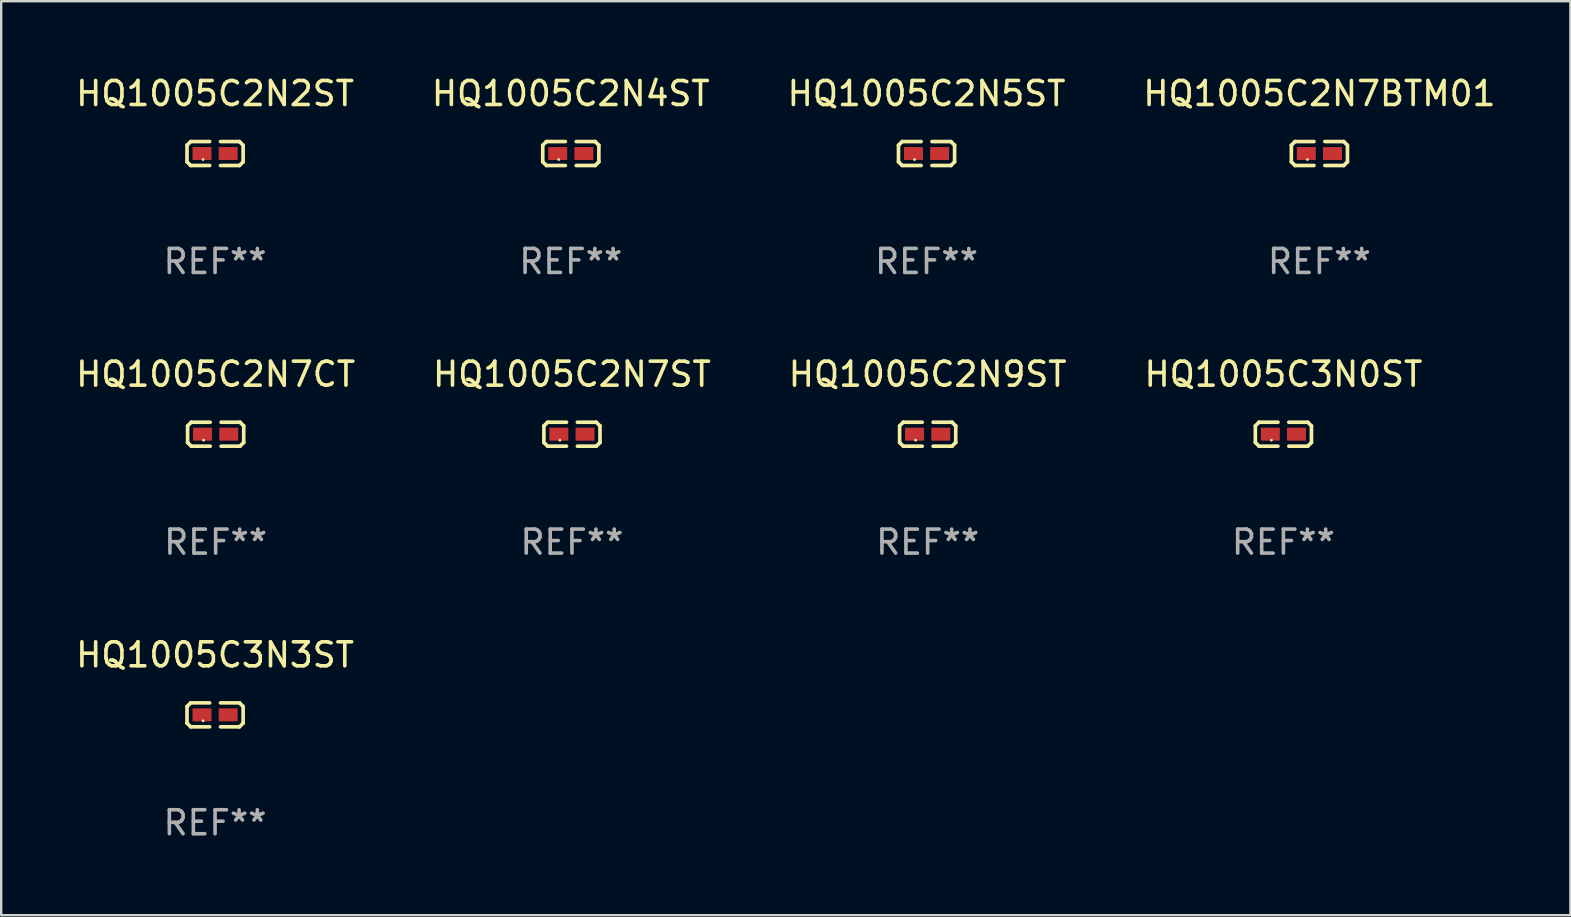
<source format=kicad_pcb>
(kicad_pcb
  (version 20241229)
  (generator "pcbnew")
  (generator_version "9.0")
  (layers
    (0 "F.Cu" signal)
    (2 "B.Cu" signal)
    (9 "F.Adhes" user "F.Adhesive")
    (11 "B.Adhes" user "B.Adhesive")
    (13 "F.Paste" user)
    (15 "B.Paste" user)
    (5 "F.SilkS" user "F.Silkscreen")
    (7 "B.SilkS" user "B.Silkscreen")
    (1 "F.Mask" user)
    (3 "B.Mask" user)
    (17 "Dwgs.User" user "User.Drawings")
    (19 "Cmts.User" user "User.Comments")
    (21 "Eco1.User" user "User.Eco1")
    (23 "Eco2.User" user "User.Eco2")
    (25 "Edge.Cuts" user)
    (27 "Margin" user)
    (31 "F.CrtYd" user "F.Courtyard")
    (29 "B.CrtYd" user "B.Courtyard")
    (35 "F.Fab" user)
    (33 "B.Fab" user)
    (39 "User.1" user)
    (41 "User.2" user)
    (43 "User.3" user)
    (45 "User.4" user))
  (footprint "HQ1005C2N2ST"
    (layer "F.Cu")
    (at 5.911 3.347)
    (property "Reference" "HQ1005C2N2ST" (at 0 -2.499 0) (layer "F.SilkS") (effects (font (size 1 1) (thickness 0.15))))
    (attr through_hole)
    (fp_line (start -1.169 -0.346) (end -1.016 -0.499) (stroke (width 0.152) (type solid)) (layer "F.SilkS"))
    (fp_line (start -1.169 0.346) (end -1.169 -0.346) (stroke (width 0.152) (type solid)) (layer "F.SilkS"))
    (fp_line (start -1.016 -0.499) (end -0.226 -0.499) (stroke (width 0.152) (type solid)) (layer "F.SilkS"))
    (fp_line (start -1.016 0.499) (end -1.169 0.346) (stroke (width 0.152) (type solid)) (layer "F.SilkS"))
    (fp_line (start -0.226 0.499) (end -1.016 0.499) (stroke (width 0.152) (type solid)) (layer "F.SilkS"))
    (fp_line (start 0.226 0.499) (end 1.016 0.499) (stroke (width 0.152) (type solid)) (layer "F.SilkS"))
    (fp_line (start 1.016 -0.499) (end 0.226 -0.499) (stroke (width 0.152) (type solid)) (layer "F.SilkS"))
    (fp_line (start 1.016 0.499) (end 1.169 0.346) (stroke (width 0.152) (type solid)) (layer "F.SilkS"))
    (fp_line (start 1.169 -0.346) (end 1.016 -0.499) (stroke (width 0.152) (type solid)) (layer "F.SilkS"))
    (fp_line (start 1.169 0.346) (end 1.169 -0.346) (stroke (width 0.152) (type solid)) (layer "F.SilkS"))
    (fp_circle (center -0.5 0.25) (end -0.47 0.25) (stroke (width 0.06) (type solid)) (fill no) (layer "F.SilkS"))
    (fp_text user "REF**" (at 0 4.499 0) (layer "F.Fab") (effects (font (size 1 1) (thickness 0.15))))
    (pad "1" smd rect (at -0.545 0) (size 0.79 0.54) (layers "F.Cu" "F.Mask" "F.Paste"))
    (pad "2" smd rect (at 0.545 0) (size 0.79 0.54) (layers "F.Cu" "F.Mask" "F.Paste")))
  (footprint "HQ1005C3N0ST"
    (layer "F.Cu")
    (at 50.423 15.041)
    (property "Reference" "HQ1005C3N0ST" (at 0 -2.499 0) (layer "F.SilkS") (effects (font (size 1 1) (thickness 0.15))))
    (attr through_hole)
    (fp_line (start -1.169 -0.346) (end -1.016 -0.499) (stroke (width 0.152) (type solid)) (layer "F.SilkS"))
    (fp_line (start -1.169 0.346) (end -1.169 -0.346) (stroke (width 0.152) (type solid)) (layer "F.SilkS"))
    (fp_line (start -1.016 -0.499) (end -0.226 -0.499) (stroke (width 0.152) (type solid)) (layer "F.SilkS"))
    (fp_line (start -1.016 0.499) (end -1.169 0.346) (stroke (width 0.152) (type solid)) (layer "F.SilkS"))
    (fp_line (start -0.226 0.499) (end -1.016 0.499) (stroke (width 0.152) (type solid)) (layer "F.SilkS"))
    (fp_line (start 0.226 0.499) (end 1.016 0.499) (stroke (width 0.152) (type solid)) (layer "F.SilkS"))
    (fp_line (start 1.016 -0.499) (end 0.226 -0.499) (stroke (width 0.152) (type solid)) (layer "F.SilkS"))
    (fp_line (start 1.016 0.499) (end 1.169 0.346) (stroke (width 0.152) (type solid)) (layer "F.SilkS"))
    (fp_line (start 1.169 -0.346) (end 1.016 -0.499) (stroke (width 0.152) (type solid)) (layer "F.SilkS"))
    (fp_line (start 1.169 0.346) (end 1.169 -0.346) (stroke (width 0.152) (type solid)) (layer "F.SilkS"))
    (fp_circle (center -0.5 0.25) (end -0.47 0.25) (stroke (width 0.06) (type solid)) (fill no) (layer "F.SilkS"))
    (fp_text user "REF**" (at 0 4.499 0) (layer "F.Fab") (effects (font (size 1 1) (thickness 0.15))))
    (pad "1" smd rect (at -0.545 0) (size 0.79 0.54) (layers "F.Cu" "F.Mask" "F.Paste"))
    (pad "2" smd rect (at 0.545 0) (size 0.79 0.54) (layers "F.Cu" "F.Mask" "F.Paste")))
  (footprint "HQ1005C2N4ST"
    (layer "F.Cu")
    (at 20.732 3.347)
    (property "Reference" "HQ1005C2N4ST" (at 0 -2.499 0) (layer "F.SilkS") (effects (font (size 1 1) (thickness 0.15))))
    (attr through_hole)
    (fp_line (start -1.169 -0.346) (end -1.016 -0.499) (stroke (width 0.152) (type solid)) (layer "F.SilkS"))
    (fp_line (start -1.169 0.346) (end -1.169 -0.346) (stroke (width 0.152) (type solid)) (layer "F.SilkS"))
    (fp_line (start -1.016 -0.499) (end -0.226 -0.499) (stroke (width 0.152) (type solid)) (layer "F.SilkS"))
    (fp_line (start -1.016 0.499) (end -1.169 0.346) (stroke (width 0.152) (type solid)) (layer "F.SilkS"))
    (fp_line (start -0.226 0.499) (end -1.016 0.499) (stroke (width 0.152) (type solid)) (layer "F.SilkS"))
    (fp_line (start 0.226 0.499) (end 1.016 0.499) (stroke (width 0.152) (type solid)) (layer "F.SilkS"))
    (fp_line (start 1.016 -0.499) (end 0.226 -0.499) (stroke (width 0.152) (type solid)) (layer "F.SilkS"))
    (fp_line (start 1.016 0.499) (end 1.169 0.346) (stroke (width 0.152) (type solid)) (layer "F.SilkS"))
    (fp_line (start 1.169 -0.346) (end 1.016 -0.499) (stroke (width 0.152) (type solid)) (layer "F.SilkS"))
    (fp_line (start 1.169 0.346) (end 1.169 -0.346) (stroke (width 0.152) (type solid)) (layer "F.SilkS"))
    (fp_circle (center -0.5 0.25) (end -0.47 0.25) (stroke (width 0.06) (type solid)) (fill no) (layer "F.SilkS"))
    (fp_text user "REF**" (at 0 4.499 0) (layer "F.Fab") (effects (font (size 1 1) (thickness 0.15))))
    (pad "1" smd rect (at -0.545 0) (size 0.79 0.54) (layers "F.Cu" "F.Mask" "F.Paste"))
    (pad "2" smd rect (at 0.545 0) (size 0.79 0.54) (layers "F.Cu" "F.Mask" "F.Paste")))
  (footprint "HQ1005C2N5ST"
    (layer "F.Cu")
    (at 35.554 3.347)
    (property "Reference" "HQ1005C2N5ST" (at 0 -2.499 0) (layer "F.SilkS") (effects (font (size 1 1) (thickness 0.15))))
    (attr through_hole)
    (fp_line (start -1.169 -0.346) (end -1.016 -0.499) (stroke (width 0.152) (type solid)) (layer "F.SilkS"))
    (fp_line (start -1.169 0.346) (end -1.169 -0.346) (stroke (width 0.152) (type solid)) (layer "F.SilkS"))
    (fp_line (start -1.016 -0.499) (end -0.226 -0.499) (stroke (width 0.152) (type solid)) (layer "F.SilkS"))
    (fp_line (start -1.016 0.499) (end -1.169 0.346) (stroke (width 0.152) (type solid)) (layer "F.SilkS"))
    (fp_line (start -0.226 0.499) (end -1.016 0.499) (stroke (width 0.152) (type solid)) (layer "F.SilkS"))
    (fp_line (start 0.226 0.499) (end 1.016 0.499) (stroke (width 0.152) (type solid)) (layer "F.SilkS"))
    (fp_line (start 1.016 -0.499) (end 0.226 -0.499) (stroke (width 0.152) (type solid)) (layer "F.SilkS"))
    (fp_line (start 1.016 0.499) (end 1.169 0.346) (stroke (width 0.152) (type solid)) (layer "F.SilkS"))
    (fp_line (start 1.169 -0.346) (end 1.016 -0.499) (stroke (width 0.152) (type solid)) (layer "F.SilkS"))
    (fp_line (start 1.169 0.346) (end 1.169 -0.346) (stroke (width 0.152) (type solid)) (layer "F.SilkS"))
    (fp_circle (center -0.5 0.25) (end -0.47 0.25) (stroke (width 0.06) (type solid)) (fill no) (layer "F.SilkS"))
    (fp_text user "REF**" (at 0 4.499 0) (layer "F.Fab") (effects (font (size 1 1) (thickness 0.15))))
    (pad "1" smd rect (at -0.545 0) (size 0.79 0.54) (layers "F.Cu" "F.Mask" "F.Paste"))
    (pad "2" smd rect (at 0.545 0) (size 0.79 0.54) (layers "F.Cu" "F.Mask" "F.Paste")))
  (footprint "HQ1005C2N7CT"
    (layer "F.Cu")
    (at 5.935 15.041)
    (property "Reference" "HQ1005C2N7CT" (at 0 -2.499 0) (layer "F.SilkS") (effects (font (size 1 1) (thickness 0.15))))
    (attr through_hole)
    (fp_line (start -1.169 -0.346) (end -1.016 -0.499) (stroke (width 0.152) (type solid)) (layer "F.SilkS"))
    (fp_line (start -1.169 0.346) (end -1.169 -0.346) (stroke (width 0.152) (type solid)) (layer "F.SilkS"))
    (fp_line (start -1.016 -0.499) (end -0.226 -0.499) (stroke (width 0.152) (type solid)) (layer "F.SilkS"))
    (fp_line (start -1.016 0.499) (end -1.169 0.346) (stroke (width 0.152) (type solid)) (layer "F.SilkS"))
    (fp_line (start -0.226 0.499) (end -1.016 0.499) (stroke (width 0.152) (type solid)) (layer "F.SilkS"))
    (fp_line (start 0.226 0.499) (end 1.016 0.499) (stroke (width 0.152) (type solid)) (layer "F.SilkS"))
    (fp_line (start 1.016 -0.499) (end 0.226 -0.499) (stroke (width 0.152) (type solid)) (layer "F.SilkS"))
    (fp_line (start 1.016 0.499) (end 1.169 0.346) (stroke (width 0.152) (type solid)) (layer "F.SilkS"))
    (fp_line (start 1.169 -0.346) (end 1.016 -0.499) (stroke (width 0.152) (type solid)) (layer "F.SilkS"))
    (fp_line (start 1.169 0.346) (end 1.169 -0.346) (stroke (width 0.152) (type solid)) (layer "F.SilkS"))
    (fp_circle (center -0.5 0.25) (end -0.47 0.25) (stroke (width 0.06) (type solid)) (fill no) (layer "F.SilkS"))
    (fp_text user "REF**" (at 0 4.499 0) (layer "F.Fab") (effects (font (size 1 1) (thickness 0.15))))
    (pad "1" smd rect (at -0.545 0) (size 0.79 0.54) (layers "F.Cu" "F.Mask" "F.Paste"))
    (pad "2" smd rect (at 0.545 0) (size 0.79 0.54) (layers "F.Cu" "F.Mask" "F.Paste")))
  (footprint "HQ1005C2N9ST"
    (layer "F.Cu")
    (at 35.601 15.041)
    (property "Reference" "HQ1005C2N9ST" (at 0 -2.499 0) (layer "F.SilkS") (effects (font (size 1 1) (thickness 0.15))))
    (attr through_hole)
    (fp_line (start -1.169 -0.346) (end -1.016 -0.499) (stroke (width 0.152) (type solid)) (layer "F.SilkS"))
    (fp_line (start -1.169 0.346) (end -1.169 -0.346) (stroke (width 0.152) (type solid)) (layer "F.SilkS"))
    (fp_line (start -1.016 -0.499) (end -0.226 -0.499) (stroke (width 0.152) (type solid)) (layer "F.SilkS"))
    (fp_line (start -1.016 0.499) (end -1.169 0.346) (stroke (width 0.152) (type solid)) (layer "F.SilkS"))
    (fp_line (start -0.226 0.499) (end -1.016 0.499) (stroke (width 0.152) (type solid)) (layer "F.SilkS"))
    (fp_line (start 0.226 0.499) (end 1.016 0.499) (stroke (width 0.152) (type solid)) (layer "F.SilkS"))
    (fp_line (start 1.016 -0.499) (end 0.226 -0.499) (stroke (width 0.152) (type solid)) (layer "F.SilkS"))
    (fp_line (start 1.016 0.499) (end 1.169 0.346) (stroke (width 0.152) (type solid)) (layer "F.SilkS"))
    (fp_line (start 1.169 -0.346) (end 1.016 -0.499) (stroke (width 0.152) (type solid)) (layer "F.SilkS"))
    (fp_line (start 1.169 0.346) (end 1.169 -0.346) (stroke (width 0.152) (type solid)) (layer "F.SilkS"))
    (fp_circle (center -0.5 0.25) (end -0.47 0.25) (stroke (width 0.06) (type solid)) (fill no) (layer "F.SilkS"))
    (fp_text user "REF**" (at 0 4.499 0) (layer "F.Fab") (effects (font (size 1 1) (thickness 0.15))))
    (pad "1" smd rect (at -0.545 0) (size 0.79 0.54) (layers "F.Cu" "F.Mask" "F.Paste"))
    (pad "2" smd rect (at 0.545 0) (size 0.79 0.54) (layers "F.Cu" "F.Mask" "F.Paste")))
  (footprint "HQ1005C2N7BTM01"
    (layer "F.Cu")
    (at 51.923 3.347)
    (property "Reference" "HQ1005C2N7BTM01" (at 0 -2.499 0) (layer "F.SilkS") (effects (font (size 1 1) (thickness 0.15))))
    (attr through_hole)
    (fp_line (start -1.169 -0.346) (end -1.016 -0.499) (stroke (width 0.152) (type solid)) (layer "F.SilkS"))
    (fp_line (start -1.169 0.346) (end -1.169 -0.346) (stroke (width 0.152) (type solid)) (layer "F.SilkS"))
    (fp_line (start -1.016 -0.499) (end -0.226 -0.499) (stroke (width 0.152) (type solid)) (layer "F.SilkS"))
    (fp_line (start -1.016 0.499) (end -1.169 0.346) (stroke (width 0.152) (type solid)) (layer "F.SilkS"))
    (fp_line (start -0.226 0.499) (end -1.016 0.499) (stroke (width 0.152) (type solid)) (layer "F.SilkS"))
    (fp_line (start 0.226 0.499) (end 1.016 0.499) (stroke (width 0.152) (type solid)) (layer "F.SilkS"))
    (fp_line (start 1.016 -0.499) (end 0.226 -0.499) (stroke (width 0.152) (type solid)) (layer "F.SilkS"))
    (fp_line (start 1.016 0.499) (end 1.169 0.346) (stroke (width 0.152) (type solid)) (layer "F.SilkS"))
    (fp_line (start 1.169 -0.346) (end 1.016 -0.499) (stroke (width 0.152) (type solid)) (layer "F.SilkS"))
    (fp_line (start 1.169 0.346) (end 1.169 -0.346) (stroke (width 0.152) (type solid)) (layer "F.SilkS"))
    (fp_circle (center -0.5 0.25) (end -0.47 0.25) (stroke (width 0.06) (type solid)) (fill no) (layer "F.SilkS"))
    (fp_text user "REF**" (at 0 4.499 0) (layer "F.Fab") (effects (font (size 1 1) (thickness 0.15))))
    (pad "1" smd rect (at -0.545 0) (size 0.79 0.54) (layers "F.Cu" "F.Mask" "F.Paste"))
    (pad "2" smd rect (at 0.545 0) (size 0.79 0.54) (layers "F.Cu" "F.Mask" "F.Paste")))
  (footprint "HQ1005C3N3ST"
    (layer "F.Cu")
    (at 5.911 26.734)
    (property "Reference" "HQ1005C3N3ST" (at 0 -2.499 0) (layer "F.SilkS") (effects (font (size 1 1) (thickness 0.15))))
    (attr through_hole)
    (fp_line (start -1.169 -0.346) (end -1.016 -0.499) (stroke (width 0.152) (type solid)) (layer "F.SilkS"))
    (fp_line (start -1.169 0.346) (end -1.169 -0.346) (stroke (width 0.152) (type solid)) (layer "F.SilkS"))
    (fp_line (start -1.016 -0.499) (end -0.226 -0.499) (stroke (width 0.152) (type solid)) (layer "F.SilkS"))
    (fp_line (start -1.016 0.499) (end -1.169 0.346) (stroke (width 0.152) (type solid)) (layer "F.SilkS"))
    (fp_line (start -0.226 0.499) (end -1.016 0.499) (stroke (width 0.152) (type solid)) (layer "F.SilkS"))
    (fp_line (start 0.226 0.499) (end 1.016 0.499) (stroke (width 0.152) (type solid)) (layer "F.SilkS"))
    (fp_line (start 1.016 -0.499) (end 0.226 -0.499) (stroke (width 0.152) (type solid)) (layer "F.SilkS"))
    (fp_line (start 1.016 0.499) (end 1.169 0.346) (stroke (width 0.152) (type solid)) (layer "F.SilkS"))
    (fp_line (start 1.169 -0.346) (end 1.016 -0.499) (stroke (width 0.152) (type solid)) (layer "F.SilkS"))
    (fp_line (start 1.169 0.346) (end 1.169 -0.346) (stroke (width 0.152) (type solid)) (layer "F.SilkS"))
    (fp_circle (center -0.5 0.25) (end -0.47 0.25) (stroke (width 0.06) (type solid)) (fill no) (layer "F.SilkS"))
    (fp_text user "REF**" (at 0 4.499 0) (layer "F.Fab") (effects (font (size 1 1) (thickness 0.15))))
    (pad "1" smd rect (at -0.545 0) (size 0.79 0.54) (layers "F.Cu" "F.Mask" "F.Paste"))
    (pad "2" smd rect (at 0.545 0) (size 0.79 0.54) (layers "F.Cu" "F.Mask" "F.Paste")))
  (footprint "HQ1005C2N7ST"
    (layer "F.Cu")
    (at 20.78 15.041)
    (property "Reference" "HQ1005C2N7ST" (at 0 -2.499 0) (layer "F.SilkS") (effects (font (size 1 1) (thickness 0.15))))
    (attr through_hole)
    (fp_line (start -1.169 -0.346) (end -1.016 -0.499) (stroke (width 0.152) (type solid)) (layer "F.SilkS"))
    (fp_line (start -1.169 0.346) (end -1.169 -0.346) (stroke (width 0.152) (type solid)) (layer "F.SilkS"))
    (fp_line (start -1.016 -0.499) (end -0.226 -0.499) (stroke (width 0.152) (type solid)) (layer "F.SilkS"))
    (fp_line (start -1.016 0.499) (end -1.169 0.346) (stroke (width 0.152) (type solid)) (layer "F.SilkS"))
    (fp_line (start -0.226 0.499) (end -1.016 0.499) (stroke (width 0.152) (type solid)) (layer "F.SilkS"))
    (fp_line (start 0.226 0.499) (end 1.016 0.499) (stroke (width 0.152) (type solid)) (layer "F.SilkS"))
    (fp_line (start 1.016 -0.499) (end 0.226 -0.499) (stroke (width 0.152) (type solid)) (layer "F.SilkS"))
    (fp_line (start 1.016 0.499) (end 1.169 0.346) (stroke (width 0.152) (type solid)) (layer "F.SilkS"))
    (fp_line (start 1.169 -0.346) (end 1.016 -0.499) (stroke (width 0.152) (type solid)) (layer "F.SilkS"))
    (fp_line (start 1.169 0.346) (end 1.169 -0.346) (stroke (width 0.152) (type solid)) (layer "F.SilkS"))
    (fp_circle (center -0.5 0.25) (end -0.47 0.25) (stroke (width 0.06) (type solid)) (fill no) (layer "F.SilkS"))
    (fp_text user "REF**" (at 0 4.499 0) (layer "F.Fab") (effects (font (size 1 1) (thickness 0.15))))
    (pad "1" smd rect (at -0.545 0) (size 0.79 0.54) (layers "F.Cu" "F.Mask" "F.Paste"))
    (pad "2" smd rect (at 0.545 0) (size 0.79 0.54) (layers "F.Cu" "F.Mask" "F.Paste")))
  (gr_rect
    (start -3 -3)
    (end 62.381 35.081)
    (stroke (width 0.1) (type default))
    (fill no)
    (layer "Edge.Cuts")))
</source>
